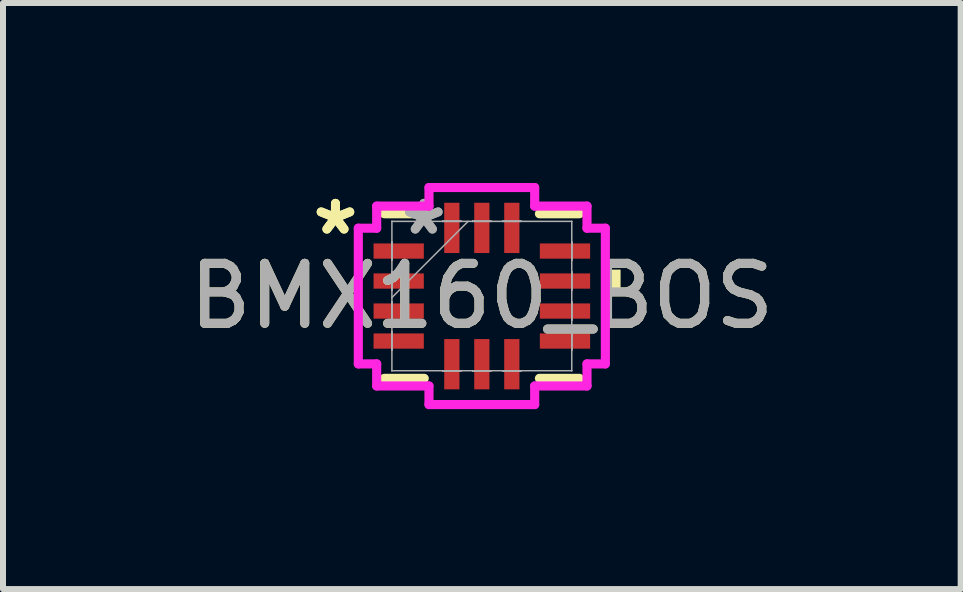
<source format=kicad_pcb>
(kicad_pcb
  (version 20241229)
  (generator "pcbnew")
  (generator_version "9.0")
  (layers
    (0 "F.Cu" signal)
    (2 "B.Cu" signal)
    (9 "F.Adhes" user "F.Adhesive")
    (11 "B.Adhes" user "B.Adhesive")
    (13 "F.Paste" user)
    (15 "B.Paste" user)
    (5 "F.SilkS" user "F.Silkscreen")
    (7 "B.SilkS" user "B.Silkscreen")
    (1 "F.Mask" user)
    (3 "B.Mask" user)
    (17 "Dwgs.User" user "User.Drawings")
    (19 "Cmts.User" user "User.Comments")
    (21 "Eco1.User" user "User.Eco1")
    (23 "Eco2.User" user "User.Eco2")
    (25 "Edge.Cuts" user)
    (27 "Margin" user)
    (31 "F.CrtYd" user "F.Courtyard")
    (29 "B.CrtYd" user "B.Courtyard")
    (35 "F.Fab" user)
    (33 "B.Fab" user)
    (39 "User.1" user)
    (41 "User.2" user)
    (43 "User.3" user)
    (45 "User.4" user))
  (footprint "BMX160_BOS"
    (layer "F.Cu")
    (at 4.982 1.885)
    (property "Reference" "BMX160_BOS" (at 0 0 0) (unlocked yes) (layer "F.SilkS") (effects (font (size 1 1) (thickness 0.15))))
    (attr smd)
    (fp_line (start -1.626 1.372) (end -0.96 1.372) (stroke (width 0.152) (type solid)) (layer "F.SilkS"))
    (fp_line (start -0.96 -1.372) (end -1.626 -1.372) (stroke (width 0.152) (type solid)) (layer "F.SilkS"))
    (fp_line (start 0.96 1.372) (end 1.626 1.372) (stroke (width 0.152) (type solid)) (layer "F.SilkS"))
    (fp_line (start 1.626 -1.372) (end 0.96 -1.372) (stroke (width 0.152) (type solid)) (layer "F.SilkS"))
    (fp_poly (pts (xy 2.313 -0.441) (xy 2.313 -0.059) (xy 2.059 -0.059) (xy 2.059 -0.441)) (stroke (width 0) (type solid)) (fill yes) (layer "F.SilkS"))
    (fp_line (start -2.059 -1.131) (end -1.753 -1.131) (stroke (width 0.152) (type solid)) (layer "F.CrtYd"))
    (fp_line (start -2.059 1.131) (end -2.059 -1.131) (stroke (width 0.152) (type solid)) (layer "F.CrtYd"))
    (fp_line (start -1.753 -1.499) (end -0.881 -1.499) (stroke (width 0.152) (type solid)) (layer "F.CrtYd"))
    (fp_line (start -1.753 -1.131) (end -1.753 -1.499) (stroke (width 0.152) (type solid)) (layer "F.CrtYd"))
    (fp_line (start -1.753 1.131) (end -2.059 1.131) (stroke (width 0.152) (type solid)) (layer "F.CrtYd"))
    (fp_line (start -1.753 1.499) (end -1.753 1.131) (stroke (width 0.152) (type solid)) (layer "F.CrtYd"))
    (fp_line (start -0.881 -1.809) (end 0.881 -1.809) (stroke (width 0.152) (type solid)) (layer "F.CrtYd"))
    (fp_line (start -0.881 -1.499) (end -0.881 -1.809) (stroke (width 0.152) (type solid)) (layer "F.CrtYd"))
    (fp_line (start -0.881 1.499) (end -1.753 1.499) (stroke (width 0.152) (type solid)) (layer "F.CrtYd"))
    (fp_line (start -0.881 1.809) (end -0.881 1.499) (stroke (width 0.152) (type solid)) (layer "F.CrtYd"))
    (fp_line (start 0.881 -1.809) (end 0.881 -1.499) (stroke (width 0.152) (type solid)) (layer "F.CrtYd"))
    (fp_line (start 0.881 -1.499) (end 1.753 -1.499) (stroke (width 0.152) (type solid)) (layer "F.CrtYd"))
    (fp_line (start 0.881 1.499) (end 0.881 1.809) (stroke (width 0.152) (type solid)) (layer "F.CrtYd"))
    (fp_line (start 0.881 1.809) (end -0.881 1.809) (stroke (width 0.152) (type solid)) (layer "F.CrtYd"))
    (fp_line (start 1.753 -1.499) (end 1.753 -1.131) (stroke (width 0.152) (type solid)) (layer "F.CrtYd"))
    (fp_line (start 1.753 -1.131) (end 2.059 -1.131) (stroke (width 0.152) (type solid)) (layer "F.CrtYd"))
    (fp_line (start 1.753 1.131) (end 1.753 1.499) (stroke (width 0.152) (type solid)) (layer "F.CrtYd"))
    (fp_line (start 1.753 1.499) (end 0.881 1.499) (stroke (width 0.152) (type solid)) (layer "F.CrtYd"))
    (fp_line (start 2.059 -1.131) (end 2.059 1.131) (stroke (width 0.152) (type solid)) (layer "F.CrtYd"))
    (fp_line (start 2.059 1.131) (end 1.753 1.131) (stroke (width 0.152) (type solid)) (layer "F.CrtYd"))
    (fp_line (start -1.5 -0.902) (end -1.5 -0.598) (stroke (width 0.025) (type solid)) (layer "F.Fab"))
    (fp_line (start -1.5 -0.598) (end -1.499 -0.598) (stroke (width 0.025) (type solid)) (layer "F.Fab"))
    (fp_line (start -1.5 -0.402) (end -1.5 -0.098) (stroke (width 0.025) (type solid)) (layer "F.Fab"))
    (fp_line (start -1.5 -0.098) (end -1.499 -0.098) (stroke (width 0.025) (type solid)) (layer "F.Fab"))
    (fp_line (start -1.5 0.098) (end -1.5 0.402) (stroke (width 0.025) (type solid)) (layer "F.Fab"))
    (fp_line (start -1.5 0.402) (end -1.499 0.402) (stroke (width 0.025) (type solid)) (layer "F.Fab"))
    (fp_line (start -1.5 0.598) (end -1.5 0.902) (stroke (width 0.025) (type solid)) (layer "F.Fab"))
    (fp_line (start -1.5 0.902) (end -1.499 0.902) (stroke (width 0.025) (type solid)) (layer "F.Fab"))
    (fp_line (start -1.499 -1.245) (end -1.499 -1.245) (stroke (width 0.025) (type solid)) (layer "F.Fab"))
    (fp_line (start -1.499 -1.245) (end -1.499 1.245) (stroke (width 0.025) (type solid)) (layer "F.Fab"))
    (fp_line (start -1.499 -0.902) (end -1.5 -0.902) (stroke (width 0.025) (type solid)) (layer "F.Fab"))
    (fp_line (start -1.499 -0.598) (end -1.499 -0.902) (stroke (width 0.025) (type solid)) (layer "F.Fab"))
    (fp_line (start -1.499 -0.402) (end -1.5 -0.402) (stroke (width 0.025) (type solid)) (layer "F.Fab"))
    (fp_line (start -1.499 -0.098) (end -1.499 -0.402) (stroke (width 0.025) (type solid)) (layer "F.Fab"))
    (fp_line (start -1.499 0.025) (end -0.229 -1.245) (stroke (width 0.025) (type solid)) (layer "F.Fab"))
    (fp_line (start -1.499 0.098) (end -1.5 0.098) (stroke (width 0.025) (type solid)) (layer "F.Fab"))
    (fp_line (start -1.499 0.402) (end -1.499 0.098) (stroke (width 0.025) (type solid)) (layer "F.Fab"))
    (fp_line (start -1.499 0.598) (end -1.5 0.598) (stroke (width 0.025) (type solid)) (layer "F.Fab"))
    (fp_line (start -1.499 0.902) (end -1.499 0.598) (stroke (width 0.025) (type solid)) (layer "F.Fab"))
    (fp_line (start -1.499 1.245) (end -1.499 1.245) (stroke (width 0.025) (type solid)) (layer "F.Fab"))
    (fp_line (start -1.499 1.245) (end 1.499 1.245) (stroke (width 0.025) (type solid)) (layer "F.Fab"))
    (fp_line (start -0.652 -1.25) (end -0.652 -1.245) (stroke (width 0.025) (type solid)) (layer "F.Fab"))
    (fp_line (start -0.652 -1.245) (end -0.348 -1.245) (stroke (width 0.025) (type solid)) (layer "F.Fab"))
    (fp_line (start -0.652 1.245) (end -0.652 1.25) (stroke (width 0.025) (type solid)) (layer "F.Fab"))
    (fp_line (start -0.652 1.25) (end -0.348 1.25) (stroke (width 0.025) (type solid)) (layer "F.Fab"))
    (fp_line (start -0.348 -1.25) (end -0.652 -1.25) (stroke (width 0.025) (type solid)) (layer "F.Fab"))
    (fp_line (start -0.348 -1.245) (end -0.348 -1.25) (stroke (width 0.025) (type solid)) (layer "F.Fab"))
    (fp_line (start -0.348 1.245) (end -0.652 1.245) (stroke (width 0.025) (type solid)) (layer "F.Fab"))
    (fp_line (start -0.348 1.25) (end -0.348 1.245) (stroke (width 0.025) (type solid)) (layer "F.Fab"))
    (fp_line (start -0.152 -1.25) (end -0.152 -1.245) (stroke (width 0.025) (type solid)) (layer "F.Fab"))
    (fp_line (start -0.152 -1.245) (end 0.152 -1.245) (stroke (width 0.025) (type solid)) (layer "F.Fab"))
    (fp_line (start -0.152 1.245) (end -0.152 1.25) (stroke (width 0.025) (type solid)) (layer "F.Fab"))
    (fp_line (start -0.152 1.25) (end 0.152 1.25) (stroke (width 0.025) (type solid)) (layer "F.Fab"))
    (fp_line (start 0.152 -1.25) (end -0.152 -1.25) (stroke (width 0.025) (type solid)) (layer "F.Fab"))
    (fp_line (start 0.152 -1.245) (end 0.152 -1.25) (stroke (width 0.025) (type solid)) (layer "F.Fab"))
    (fp_line (start 0.152 1.245) (end -0.152 1.245) (stroke (width 0.025) (type solid)) (layer "F.Fab"))
    (fp_line (start 0.152 1.25) (end 0.152 1.245) (stroke (width 0.025) (type solid)) (layer "F.Fab"))
    (fp_line (start 0.348 -1.25) (end 0.348 -1.245) (stroke (width 0.025) (type solid)) (layer "F.Fab"))
    (fp_line (start 0.348 -1.245) (end 0.652 -1.245) (stroke (width 0.025) (type solid)) (layer "F.Fab"))
    (fp_line (start 0.348 1.245) (end 0.348 1.25) (stroke (width 0.025) (type solid)) (layer "F.Fab"))
    (fp_line (start 0.348 1.25) (end 0.652 1.25) (stroke (width 0.025) (type solid)) (layer "F.Fab"))
    (fp_line (start 0.652 -1.25) (end 0.348 -1.25) (stroke (width 0.025) (type solid)) (layer "F.Fab"))
    (fp_line (start 0.652 -1.245) (end 0.652 -1.25) (stroke (width 0.025) (type solid)) (layer "F.Fab"))
    (fp_line (start 0.652 1.245) (end 0.348 1.245) (stroke (width 0.025) (type solid)) (layer "F.Fab"))
    (fp_line (start 0.652 1.25) (end 0.652 1.245) (stroke (width 0.025) (type solid)) (layer "F.Fab"))
    (fp_line (start 1.499 -1.245) (end -1.499 -1.245) (stroke (width 0.025) (type solid)) (layer "F.Fab"))
    (fp_line (start 1.499 -1.245) (end 1.499 -1.245) (stroke (width 0.025) (type solid)) (layer "F.Fab"))
    (fp_line (start 1.499 -0.902) (end 1.499 -0.598) (stroke (width 0.025) (type solid)) (layer "F.Fab"))
    (fp_line (start 1.499 -0.598) (end 1.5 -0.598) (stroke (width 0.025) (type solid)) (layer "F.Fab"))
    (fp_line (start 1.499 -0.402) (end 1.499 -0.098) (stroke (width 0.025) (type solid)) (layer "F.Fab"))
    (fp_line (start 1.499 -0.098) (end 1.5 -0.098) (stroke (width 0.025) (type solid)) (layer "F.Fab"))
    (fp_line (start 1.499 0.098) (end 1.499 0.402) (stroke (width 0.025) (type solid)) (layer "F.Fab"))
    (fp_line (start 1.499 0.402) (end 1.5 0.402) (stroke (width 0.025) (type solid)) (layer "F.Fab"))
    (fp_line (start 1.499 0.598) (end 1.499 0.902) (stroke (width 0.025) (type solid)) (layer "F.Fab"))
    (fp_line (start 1.499 0.902) (end 1.5 0.902) (stroke (width 0.025) (type solid)) (layer "F.Fab"))
    (fp_line (start 1.499 1.245) (end 1.499 -1.245) (stroke (width 0.025) (type solid)) (layer "F.Fab"))
    (fp_line (start 1.499 1.245) (end 1.499 1.245) (stroke (width 0.025) (type solid)) (layer "F.Fab"))
    (fp_line (start 1.5 -0.902) (end 1.499 -0.902) (stroke (width 0.025) (type solid)) (layer "F.Fab"))
    (fp_line (start 1.5 -0.598) (end 1.5 -0.902) (stroke (width 0.025) (type solid)) (layer "F.Fab"))
    (fp_line (start 1.5 -0.402) (end 1.499 -0.402) (stroke (width 0.025) (type solid)) (layer "F.Fab"))
    (fp_line (start 1.5 -0.098) (end 1.5 -0.402) (stroke (width 0.025) (type solid)) (layer "F.Fab"))
    (fp_line (start 1.5 0.098) (end 1.499 0.098) (stroke (width 0.025) (type solid)) (layer "F.Fab"))
    (fp_line (start 1.5 0.402) (end 1.5 0.098) (stroke (width 0.025) (type solid)) (layer "F.Fab"))
    (fp_line (start 1.5 0.598) (end 1.499 0.598) (stroke (width 0.025) (type solid)) (layer "F.Fab"))
    (fp_line (start 1.5 0.902) (end 1.5 0.598) (stroke (width 0.025) (type solid)) (layer "F.Fab"))
    (fp_text user "*" (at -2.44 -1 0) (layer "F.SilkS") (effects (font (size 1 1) (thickness 0.15))))
    (fp_text user "*" (at -2.44 -1 0) (unlocked yes) (layer "F.SilkS") (effects (font (size 1 1) (thickness 0.15))))
    (fp_text user "*" (at -0.967 -1 0) (layer "F.Fab") (effects (font (size 1 1) (thickness 0.15))))
    (fp_text user "${REFERENCE}" (at 0 0 0) (unlocked yes) (layer "F.Fab") (effects (font (size 1 1) (thickness 0.15))))
    (fp_text user "*" (at -0.967 -1 0) (unlocked yes) (layer "F.Fab") (effects (font (size 1 1) (thickness 0.15))))
    (pad "1" smd rect (at -1.386 -0.75 90) (size 0.254 0.838) (layers "F.Cu" "F.Mask" "F.Paste"))
    (pad "2" smd rect (at -1.386 -0.25 90) (size 0.254 0.838) (layers "F.Cu" "F.Mask" "F.Paste"))
    (pad "3" smd rect (at -1.386 0.25 90) (size 0.254 0.838) (layers "F.Cu" "F.Mask" "F.Paste"))
    (pad "4" smd rect (at -1.386 0.75 90) (size 0.254 0.838) (layers "F.Cu" "F.Mask" "F.Paste"))
    (pad "5" smd rect (at -0.5 1.136) (size 0.254 0.838) (layers "F.Cu" "F.Mask" "F.Paste"))
    (pad "6" smd rect (at 0 1.136) (size 0.254 0.838) (layers "F.Cu" "F.Mask" "F.Paste"))
    (pad "7" smd rect (at 0.5 1.136) (size 0.254 0.838) (layers "F.Cu" "F.Mask" "F.Paste"))
    (pad "8" smd rect (at 1.386 0.75 90) (size 0.254 0.838) (layers "F.Cu" "F.Mask" "F.Paste"))
    (pad "9" smd rect (at 1.386 0.25 90) (size 0.254 0.838) (layers "F.Cu" "F.Mask" "F.Paste"))
    (pad "10" smd rect (at 1.386 -0.25 90) (size 0.254 0.838) (layers "F.Cu" "F.Mask" "F.Paste"))
    (pad "11" smd rect (at 1.386 -0.75 90) (size 0.254 0.838) (layers "F.Cu" "F.Mask" "F.Paste"))
    (pad "12" smd rect (at 0.5 -1.136) (size 0.254 0.838) (layers "F.Cu" "F.Mask" "F.Paste"))
    (pad "13" smd rect (at 0 -1.136) (size 0.254 0.838) (layers "F.Cu" "F.Mask" "F.Paste"))
    (pad "14" smd rect (at -0.5 -1.136) (size 0.254 0.838) (layers "F.Cu" "F.Mask" "F.Paste")))
  (gr_rect
    (start -3 -3)
    (end 12.964 6.77)
    (stroke (width 0.1) (type default))
    (fill no)
    (layer "Edge.Cuts")))
</source>
